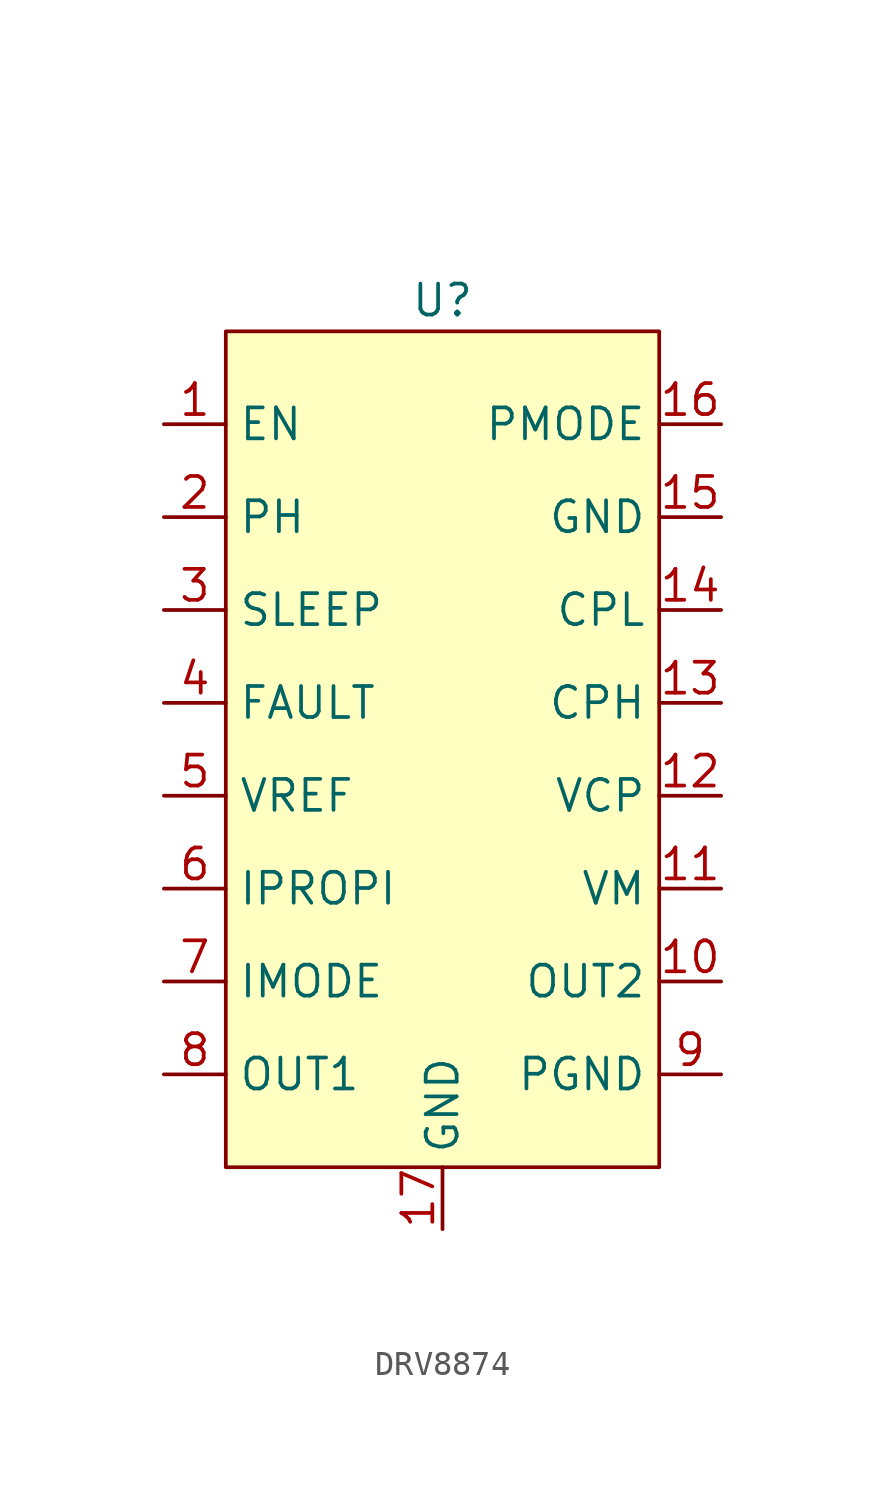
<source format=kicad_sym>
(kicad_symbol_lib
  (version 20231120)
  (generator "kicad_symbol_editor")
  (generator_version "8.0")
  (symbol "DRV8874"
    (property "Reference" "U"
      (at 0 1.27 0)
      (effects (font (size 1.27 1.27))))
    (property "Value" ""
      (at 0 5.08 0)
      (effects (font (size 1.27 1.27))))
    (symbol "DRV8874_1_1"
      (rectangle (start -8.89 0) (end 8.89 -34.29) (stroke (width 0) (type default)) (fill (type background)))
      (pin passive line (at -11.43 -3.81 0) (length 2.54) (name "EN" (effects (font (size 1.27 1.27)))) (number "1" (effects (font (size 1.27 1.27)))))
      (pin passive line (at 11.43 -26.67 180) (length 2.54) (name "OUT2" (effects (font (size 1.27 1.27)))) (number "10" (effects (font (size 1.27 1.27)))))
      (pin passive line (at 11.43 -22.86 180) (length 2.54) (name "VM" (effects (font (size 1.27 1.27)))) (number "11" (effects (font (size 1.27 1.27)))))
      (pin passive line (at 11.43 -19.05 180) (length 2.54) (name "VCP" (effects (font (size 1.27 1.27)))) (number "12" (effects (font (size 1.27 1.27)))))
      (pin passive line (at 11.43 -15.24 180) (length 2.54) (name "CPH" (effects (font (size 1.27 1.27)))) (number "13" (effects (font (size 1.27 1.27)))))
      (pin passive line (at 11.43 -11.43 180) (length 2.54) (name "CPL" (effects (font (size 1.27 1.27)))) (number "14" (effects (font (size 1.27 1.27)))))
      (pin passive line (at 11.43 -7.62 180) (length 2.54) (name "GND" (effects (font (size 1.27 1.27)))) (number "15" (effects (font (size 1.27 1.27)))))
      (pin passive line (at 11.43 -3.81 180) (length 2.54) (name "PMODE" (effects (font (size 1.27 1.27)))) (number "16" (effects (font (size 1.27 1.27)))))
      (pin passive line (at 0 -36.83 90) (length 2.54) (name "GND" (effects (font (size 1.27 1.27)))) (number "17" (effects (font (size 1.27 1.27)))))
      (pin passive line (at -11.43 -7.62 0) (length 2.54) (name "PH" (effects (font (size 1.27 1.27)))) (number "2" (effects (font (size 1.27 1.27)))))
      (pin passive line (at -11.43 -11.43 0) (length 2.54) (name "SLEEP" (effects (font (size 1.27 1.27)))) (number "3" (effects (font (size 1.27 1.27)))))
      (pin passive line (at -11.43 -15.24 0) (length 2.54) (name "FAULT" (effects (font (size 1.27 1.27)))) (number "4" (effects (font (size 1.27 1.27)))))
      (pin passive line (at -11.43 -19.05 0) (length 2.54) (name "VREF" (effects (font (size 1.27 1.27)))) (number "5" (effects (font (size 1.27 1.27)))))
      (pin passive line (at -11.43 -22.86 0) (length 2.54) (name "IPROPI" (effects (font (size 1.27 1.27)))) (number "6" (effects (font (size 1.27 1.27)))))
      (pin passive line (at -11.43 -26.67 0) (length 2.54) (name "IMODE" (effects (font (size 1.27 1.27)))) (number "7" (effects (font (size 1.27 1.27)))))
      (pin passive line (at -11.43 -30.48 0) (length 2.54) (name "OUT1" (effects (font (size 1.27 1.27)))) (number "8" (effects (font (size 1.27 1.27)))))
      (pin passive line (at 11.43 -30.48 180) (length 2.54) (name "PGND" (effects (font (size 1.27 1.27)))) (number "9" (effects (font (size 1.27 1.27))))))))
</source>
